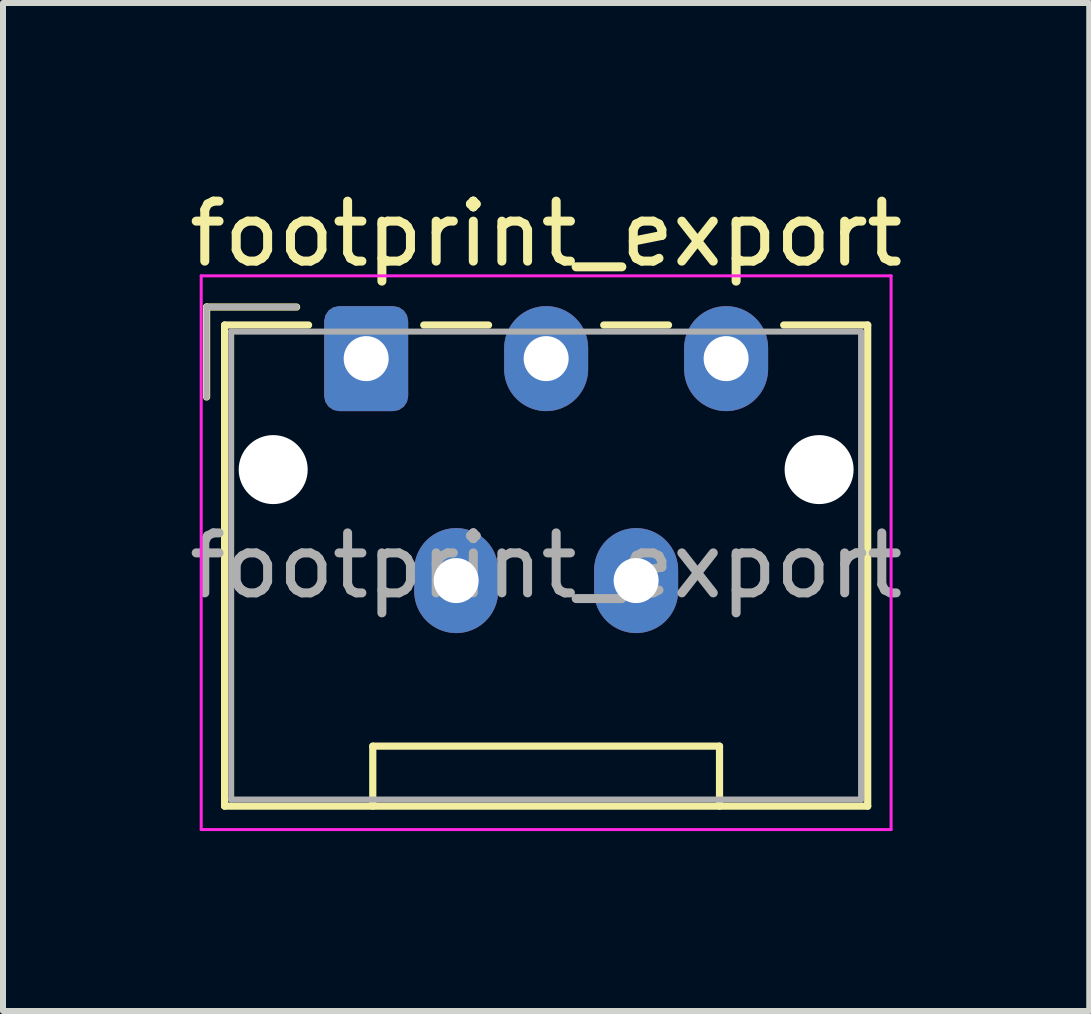
<source format=kicad_pcb>
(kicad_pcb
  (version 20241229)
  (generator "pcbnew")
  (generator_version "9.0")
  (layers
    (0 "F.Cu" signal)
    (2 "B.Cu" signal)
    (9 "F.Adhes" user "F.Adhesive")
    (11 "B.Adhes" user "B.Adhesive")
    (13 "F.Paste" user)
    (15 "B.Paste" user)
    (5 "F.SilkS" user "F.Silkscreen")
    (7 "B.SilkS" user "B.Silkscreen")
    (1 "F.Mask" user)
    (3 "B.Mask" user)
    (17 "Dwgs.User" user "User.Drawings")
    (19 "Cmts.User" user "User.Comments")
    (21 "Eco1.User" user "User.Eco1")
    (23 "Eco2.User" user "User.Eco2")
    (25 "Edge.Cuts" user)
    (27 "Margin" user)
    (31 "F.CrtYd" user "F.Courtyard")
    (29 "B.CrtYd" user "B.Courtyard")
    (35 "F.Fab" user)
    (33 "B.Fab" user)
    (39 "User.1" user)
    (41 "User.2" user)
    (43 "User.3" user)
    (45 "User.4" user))
  (footprint "footprint_export"
    (layer "F.Cu")
    (at 3.054 2.928)
    (property "Reference" "footprint_export" (at 3 -2.08 0) (layer "F.SilkS") (effects (font (size 1 1) (thickness 0.15))))
    (attr through_hole)
    (fp_line (start -2.66 -0.86) (end -1.16 -0.86) (stroke (width 0.12) (type solid)) (layer "F.SilkS"))
    (fp_line (start -2.66 0.64) (end -2.66 -0.86) (stroke (width 0.12) (type solid)) (layer "F.SilkS"))
    (fp_line (start -2.36 -0.56) (end -2.36 7.46) (stroke (width 0.12) (type solid)) (layer "F.SilkS"))
    (fp_line (start -2.36 7.46) (end 8.36 7.46) (stroke (width 0.12) (type solid)) (layer "F.SilkS"))
    (fp_line (start -0.96 -0.56) (end -2.36 -0.56) (stroke (width 0.12) (type solid)) (layer "F.SilkS"))
    (fp_line (start 0.11 6.46) (end 5.89 6.46) (stroke (width 0.12) (type solid)) (layer "F.SilkS"))
    (fp_line (start 0.11 7.46) (end 0.11 6.46) (stroke (width 0.12) (type solid)) (layer "F.SilkS"))
    (fp_line (start 0.96 -0.56) (end 2.04 -0.56) (stroke (width 0.12) (type solid)) (layer "F.SilkS"))
    (fp_line (start 3.96 -0.56) (end 5.04 -0.56) (stroke (width 0.12) (type solid)) (layer "F.SilkS"))
    (fp_line (start 5.89 6.46) (end 5.89 7.46) (stroke (width 0.12) (type solid)) (layer "F.SilkS"))
    (fp_line (start 8.36 -0.56) (end 6.96 -0.56) (stroke (width 0.12) (type solid)) (layer "F.SilkS"))
    (fp_line (start 8.36 7.46) (end 8.36 -0.56) (stroke (width 0.12) (type solid)) (layer "F.SilkS"))
    (fp_line (start -2.75 -1.38) (end -2.75 7.85) (stroke (width 0.05) (type solid)) (layer "F.CrtYd"))
    (fp_line (start -2.75 7.85) (end 8.75 7.85) (stroke (width 0.05) (type solid)) (layer "F.CrtYd"))
    (fp_line (start 8.75 -1.38) (end -2.75 -1.38) (stroke (width 0.05) (type solid)) (layer "F.CrtYd"))
    (fp_line (start 8.75 7.85) (end 8.75 -1.38) (stroke (width 0.05) (type solid)) (layer "F.CrtYd"))
    (fp_line (start -2.66 -0.86) (end -1.16 -0.86) (stroke (width 0.1) (type solid)) (layer "F.Fab"))
    (fp_line (start -2.66 0.64) (end -2.66 -0.86) (stroke (width 0.1) (type solid)) (layer "F.Fab"))
    (fp_line (start -2.25 -0.45) (end -2.25 7.35) (stroke (width 0.1) (type solid)) (layer "F.Fab"))
    (fp_line (start -2.25 7.35) (end 8.25 7.35) (stroke (width 0.1) (type solid)) (layer "F.Fab"))
    (fp_line (start 8.25 -0.45) (end -2.25 -0.45) (stroke (width 0.1) (type solid)) (layer "F.Fab"))
    (fp_line (start 8.25 7.35) (end 8.25 -0.45) (stroke (width 0.1) (type solid)) (layer "F.Fab"))
    (fp_text user "${REFERENCE}" (at 3 3.45 0) (layer "F.Fab") (effects (font (size 1 1) (thickness 0.15))))
    (pad "" np_thru_hole circle (at -1.55 1.85) (size 1.15 1.15) (drill 1.15) (layers "*.Cu" "*.Mask"))
    (pad "" np_thru_hole circle (at 7.55 1.85) (size 1.15 1.15) (drill 1.15) (layers "*.Cu" "*.Mask"))
    (pad "1" thru_hole roundrect (at 0 0) (size 1.4 1.75) (drill 0.75) (layers "*.Cu" "*.Mask") (roundrect_rratio 0.179))
    (pad "2" thru_hole oval (at 1.5 3.7) (size 1.4 1.75) (drill 0.75) (layers "*.Cu" "*.Mask"))
    (pad "3" thru_hole oval (at 3 0) (size 1.4 1.75) (drill 0.75) (layers "*.Cu" "*.Mask"))
    (pad "4" thru_hole oval (at 4.5 3.7) (size 1.4 1.75) (drill 0.75) (layers "*.Cu" "*.Mask"))
    (pad "5" thru_hole oval (at 6 0) (size 1.4 1.75) (drill 0.75) (layers "*.Cu" "*.Mask")))
  (gr_rect
    (start -3 -3)
    (end 15.107 13.803)
    (stroke (width 0.1) (type default))
    (fill no)
    (layer "Edge.Cuts")))
</source>
